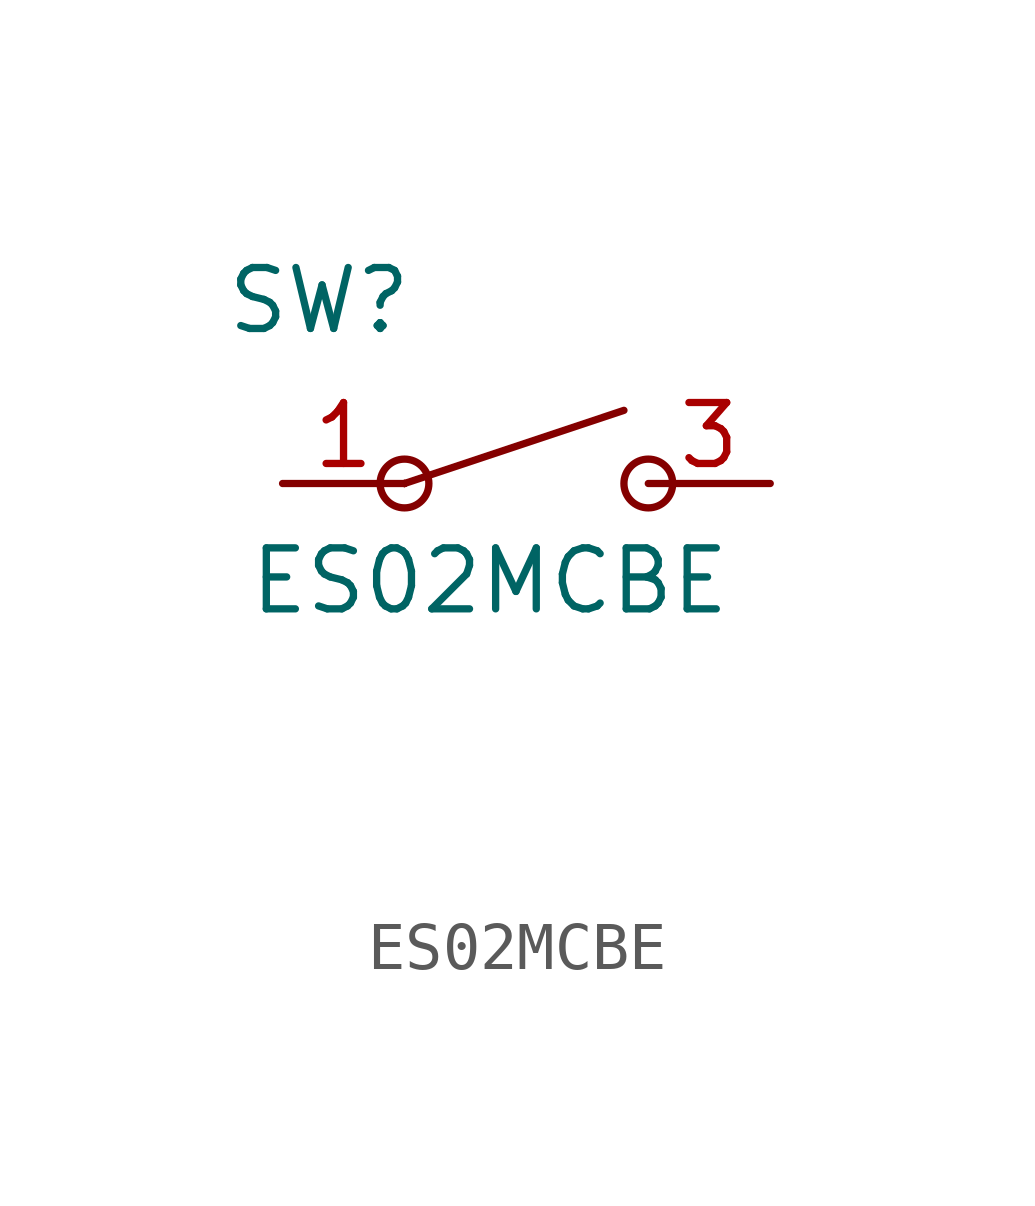
<source format=kicad_sym>
(kicad_symbol_lib
  (version 20231120)
  (generator "kicad_symbol_editor")
  (generator_version "8.0")
  (symbol "ES02MCBE"
    (pin_names
      (offset 0) hide)
    (property "Reference" "SW"
      (at -4.318 3.81 0)
      (effects (font (size 1.27 1.27))))
    (property "Value" "ES02MCBE"
      (at -0.762 -2.032 0)
      (effects (font (size 1.27 1.27))))
    (symbol "ES02MCBE_0_1"
      (circle (center -2.54 0) (radius 0.508) (stroke (width 0) (type default)) (fill (type none)))
      (polyline (pts (xy -2.54 0) (xy -2.54 0)) (stroke (width 0) (type default)) (fill (type none)))
      (polyline (pts (xy -2.54 0) (xy -2.54 0)) (stroke (width 0) (type default)) (fill (type none)))
      (polyline (pts (xy -2.54 0) (xy -2.54 0)) (stroke (width 0) (type default)) (fill (type none)))
      (polyline (pts (xy -2.54 0) (xy 2.032 1.524)) (stroke (width 0) (type default)) (fill (type none)))
      (circle (center 2.54 0) (radius 0.508) (stroke (width 0) (type default)) (fill (type none))))
    (symbol "ES02MCBE_1_1"
      (pin passive line (at -5.08 0 0) (length 2.54) (name "A" (effects (font (size 1.27 1.27)))) (number "1" (effects (font (size 1.27 1.27)))))
      (pin no_connect line (at 0 -2.54 0) (length 2.54) hide (name "nc" (effects (font (size 1.27 1.27)))) (number "2" (effects (font (size 1.27 1.27)))))
      (pin passive line (at 5.08 0 180) (length 2.54) (name "B" (effects (font (size 1.27 1.27)))) (number "3" (effects (font (size 1.27 1.27)))))
      (pin no_connect line (at 0 -5.08 0) (length 2.54) hide (name "nc" (effects (font (size 1.27 1.27)))) (number "4" (effects (font (size 1.27 1.27)))))
      (pin no_connect line (at 0 -7.62 0) (length 2.54) hide (name "nc" (effects (font (size 1.27 1.27)))) (number "6" (effects (font (size 1.27 1.27))))))))
</source>
